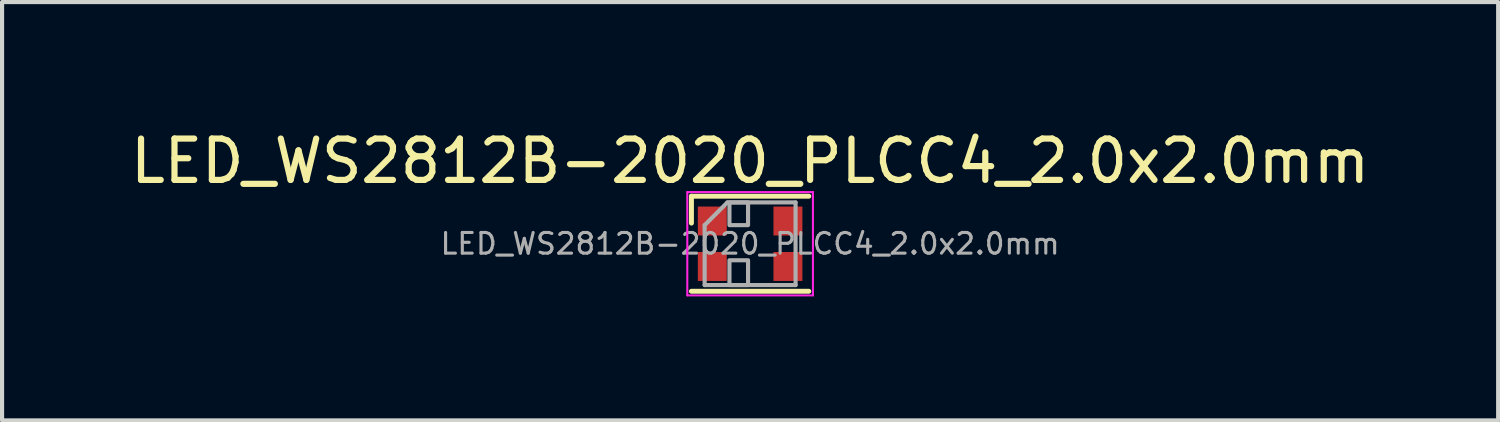
<source format=kicad_pcb>
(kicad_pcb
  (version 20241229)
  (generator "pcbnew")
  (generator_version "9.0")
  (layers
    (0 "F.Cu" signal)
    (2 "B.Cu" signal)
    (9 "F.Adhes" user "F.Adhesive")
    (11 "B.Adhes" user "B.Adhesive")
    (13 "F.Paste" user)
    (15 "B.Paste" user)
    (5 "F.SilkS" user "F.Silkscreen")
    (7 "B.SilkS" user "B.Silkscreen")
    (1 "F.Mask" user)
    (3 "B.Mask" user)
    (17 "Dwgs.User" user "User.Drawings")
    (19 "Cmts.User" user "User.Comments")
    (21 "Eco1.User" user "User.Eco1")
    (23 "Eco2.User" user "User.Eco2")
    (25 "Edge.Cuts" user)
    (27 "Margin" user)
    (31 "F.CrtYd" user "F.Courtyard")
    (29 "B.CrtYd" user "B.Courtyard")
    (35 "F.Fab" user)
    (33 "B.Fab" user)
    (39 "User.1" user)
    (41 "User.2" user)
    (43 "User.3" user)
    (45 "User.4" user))
  (footprint "LED_WS2812B-2020_PLCC4_2.0x2.0mm"
    (layer "F.Cu")
    (at 15.101 2.848)
    (property "Reference" "LED_WS2812B-2020_PLCC4_2.0x2.0mm" (at 0 -2 0) (layer "F.SilkS") (effects (font (size 1 1) (thickness 0.15))))
    (attr smd)
    (fp_line (start -1.42 -1.15) (end -1.42 -0.5) (stroke (width 0.12) (type solid)) (layer "F.SilkS"))
    (fp_line (start -1.42 -1.15) (end 1.42 -1.15) (stroke (width 0.12) (type solid)) (layer "F.SilkS"))
    (fp_line (start -1.42 1.15) (end 1.42 1.15) (stroke (width 0.12) (type solid)) (layer "F.SilkS"))
    (fp_line (start -1.52 -1.25) (end -1.52 1.25) (stroke (width 0.05) (type solid)) (layer "F.CrtYd"))
    (fp_line (start -1.52 1.25) (end 1.52 1.25) (stroke (width 0.05) (type solid)) (layer "F.CrtYd"))
    (fp_line (start 1.52 -1.25) (end -1.52 -1.25) (stroke (width 0.05) (type solid)) (layer "F.CrtYd"))
    (fp_line (start 1.52 1.25) (end 1.52 -1.25) (stroke (width 0.05) (type solid)) (layer "F.CrtYd"))
    (fp_line (start -1.1 -0.45) (end -1.1 1) (stroke (width 0.1) (type solid)) (layer "F.Fab"))
    (fp_line (start -1.1 1) (end 1.1 1) (stroke (width 0.1) (type solid)) (layer "F.Fab"))
    (fp_line (start -0.55 -1) (end -1.1 -0.45) (stroke (width 0.1) (type solid)) (layer "F.Fab"))
    (fp_line (start 1.1 -1) (end -0.55 -1) (stroke (width 0.1) (type solid)) (layer "F.Fab"))
    (fp_line (start 1.1 -1) (end 1.1 1) (stroke (width 0.1) (type solid)) (layer "F.Fab"))
    (fp_rect (start -0.5 -1) (end -0.05 -0.45) (stroke (width 0.1) (type solid)) (fill no) (layer "F.Fab"))
    (fp_rect (start -0.5 0.4) (end -0.05 1) (stroke (width 0.1) (type solid)) (fill no) (layer "F.Fab"))
    (fp_text user "${REFERENCE}" (at 0 0 0) (layer "F.Fab") (effects (font (size 0.5 0.5) (thickness 0.075))))
    (pad "1" smd rect (at -0.915 -0.55) (size 0.7 0.7) (layers "F.Cu" "F.Mask" "F.Paste"))
    (pad "2" smd rect (at -0.915 0.55) (size 0.7 0.7) (layers "F.Cu" "F.Mask" "F.Paste"))
    (pad "3" smd rect (at 0.915 0.55) (size 0.7 0.7) (layers "F.Cu" "F.Mask" "F.Paste"))
    (pad "4" smd rect (at 0.915 -0.55) (size 0.7 0.7) (layers "F.Cu" "F.Mask" "F.Paste")))
  (gr_rect
    (start -3 -3)
    (end 33.202 7.123)
    (stroke (width 0.1) (type default))
    (fill no)
    (layer "Edge.Cuts")))
</source>
